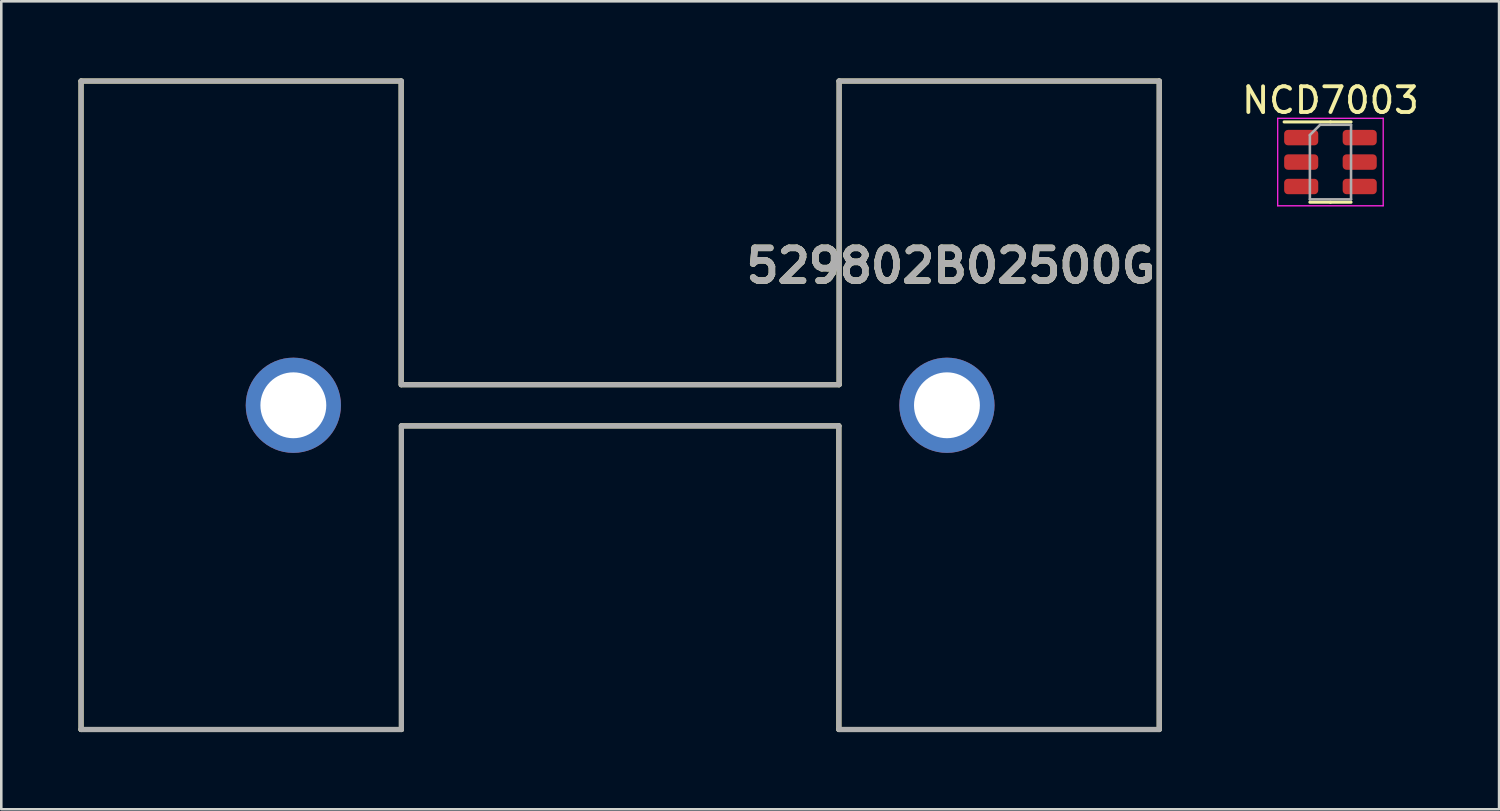
<source format=kicad_pcb>
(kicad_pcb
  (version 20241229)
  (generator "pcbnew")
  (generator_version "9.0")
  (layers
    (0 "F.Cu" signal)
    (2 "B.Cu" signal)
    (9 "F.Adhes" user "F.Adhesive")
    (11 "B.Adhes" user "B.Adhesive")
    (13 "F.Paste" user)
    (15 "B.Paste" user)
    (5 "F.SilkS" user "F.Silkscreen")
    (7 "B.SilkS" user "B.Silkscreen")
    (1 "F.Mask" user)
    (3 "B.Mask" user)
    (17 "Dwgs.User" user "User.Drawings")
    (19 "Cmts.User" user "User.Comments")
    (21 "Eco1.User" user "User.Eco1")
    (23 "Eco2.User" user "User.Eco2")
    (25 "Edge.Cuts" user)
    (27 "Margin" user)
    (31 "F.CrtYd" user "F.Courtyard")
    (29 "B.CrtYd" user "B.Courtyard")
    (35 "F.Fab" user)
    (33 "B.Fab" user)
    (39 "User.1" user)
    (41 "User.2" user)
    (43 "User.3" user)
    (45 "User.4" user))
  (footprint "529802B02500G"
    (layer "F.Cu")
    (at 21.05 12.7)
    (property "Reference" "529802B02500G" (at 12.852 -5.421 0) (layer "F.SilkS") (effects (font (size 1.27 1.27) (thickness 0.254))))
    (attr through_hole)
    (fp_line (start -20.95 -12.6) (end -20.95 12.6) (stroke (width 0.2) (type solid)) (layer "F.SilkS"))
    (fp_line (start -20.95 12.6) (end -8.5 12.6) (stroke (width 0.2) (type solid)) (layer "F.SilkS"))
    (fp_line (start -8.51 -12.6) (end -20.95 -12.6) (stroke (width 0.2) (type solid)) (layer "F.SilkS"))
    (fp_line (start -8.51 -0.8) (end -8.51 -12.6) (stroke (width 0.2) (type solid)) (layer "F.SilkS"))
    (fp_line (start -8.5 0.8) (end 8.5 0.8) (stroke (width 0.2) (type solid)) (layer "F.SilkS"))
    (fp_line (start -8.5 12.6) (end -8.5 0.8) (stroke (width 0.2) (type solid)) (layer "F.SilkS"))
    (fp_line (start 8.5 12.6) (end 8.5 0.8) (stroke (width 0.2) (type solid)) (layer "F.SilkS"))
    (fp_line (start 8.5 12.6) (end 20.95 12.6) (stroke (width 0.2) (type solid)) (layer "F.SilkS"))
    (fp_line (start 8.51 -12.6) (end 8.51 -0.8) (stroke (width 0.2) (type solid)) (layer "F.SilkS"))
    (fp_line (start 8.51 -0.8) (end -8.5 -0.8) (stroke (width 0.2) (type solid)) (layer "F.SilkS"))
    (fp_line (start 20.95 -12.6) (end 8.51 -12.6) (stroke (width 0.2) (type solid)) (layer "F.SilkS"))
    (fp_line (start 20.95 12.6) (end 20.95 -12.6) (stroke (width 0.2) (type solid)) (layer "F.SilkS"))
    (fp_line (start -20.95 -12.6) (end -8.5 -12.6) (stroke (width 0.2) (type solid)) (layer "F.Fab"))
    (fp_line (start -20.95 12.6) (end -20.95 -12.6) (stroke (width 0.2) (type solid)) (layer "F.Fab"))
    (fp_line (start -8.51 -0.8) (end -8.51 -12.6) (stroke (width 0.2) (type solid)) (layer "F.Fab"))
    (fp_line (start -8.5 -0.8) (end 8.5 -0.8) (stroke (width 0.2) (type solid)) (layer "F.Fab"))
    (fp_line (start -8.5 0.8) (end -8.5 12.6) (stroke (width 0.2) (type solid)) (layer "F.Fab"))
    (fp_line (start -8.5 0.8) (end 8.5 0.8) (stroke (width 0.2) (type solid)) (layer "F.Fab"))
    (fp_line (start -8.5 12.6) (end -20.95 12.6) (stroke (width 0.2) (type solid)) (layer "F.Fab"))
    (fp_line (start 8.5 0.8) (end 8.5 12.6) (stroke (width 0.2) (type solid)) (layer "F.Fab"))
    (fp_line (start 8.5 12.6) (end 20.95 12.6) (stroke (width 0.2) (type solid)) (layer "F.Fab"))
    (fp_line (start 8.51 -12.6) (end 8.51 -0.8) (stroke (width 0.2) (type solid)) (layer "F.Fab"))
    (fp_line (start 20.95 -12.6) (end 8.5 -12.6) (stroke (width 0.2) (type solid)) (layer "F.Fab"))
    (fp_line (start 20.95 12.6) (end 20.95 -12.6) (stroke (width 0.2) (type solid)) (layer "F.Fab"))
    (fp_text user "${REFERENCE}" (at 12.852 -5.421 0) (layer "F.Fab") (effects (font (size 1.27 1.27) (thickness 0.254))))
    (pad "1" thru_hole circle (at -12.7 0) (size 3.7 3.7) (drill 2.56) (layers "*.Cu" "*.Mask"))
    (pad "2" thru_hole circle (at 12.7 0) (size 3.7 3.7) (drill 2.56) (layers "*.Cu" "*.Mask")))
  (footprint "NCD7003"
    (layer "F.Cu")
    (at 48.654 3.248)
    (property "Reference" "NCD7003" (at 0 -2.4 180) (layer "F.SilkS") (effects (font (size 1 1) (thickness 0.15))))
    (attr smd)
    (fp_line (start 0 -1.56) (end -1.8 -1.56) (stroke (width 0.12) (type solid)) (layer "F.SilkS"))
    (fp_line (start 0 -1.56) (end 0.8 -1.56) (stroke (width 0.12) (type solid)) (layer "F.SilkS"))
    (fp_line (start 0 1.56) (end -0.8 1.56) (stroke (width 0.12) (type solid)) (layer "F.SilkS"))
    (fp_line (start 0 1.56) (end 0.8 1.56) (stroke (width 0.12) (type solid)) (layer "F.SilkS"))
    (fp_line (start -2.05 -1.7) (end -2.05 1.7) (stroke (width 0.05) (type solid)) (layer "F.CrtYd"))
    (fp_line (start -2.05 1.7) (end 2.05 1.7) (stroke (width 0.05) (type solid)) (layer "F.CrtYd"))
    (fp_line (start 2.05 -1.7) (end -2.05 -1.7) (stroke (width 0.05) (type solid)) (layer "F.CrtYd"))
    (fp_line (start 2.05 1.7) (end 2.05 -1.7) (stroke (width 0.05) (type solid)) (layer "F.CrtYd"))
    (fp_line (start -0.8 -1.05) (end -0.4 -1.45) (stroke (width 0.1) (type solid)) (layer "F.Fab"))
    (fp_line (start -0.8 1.45) (end -0.8 -1.05) (stroke (width 0.1) (type solid)) (layer "F.Fab"))
    (fp_line (start -0.4 -1.45) (end 0.8 -1.45) (stroke (width 0.1) (type solid)) (layer "F.Fab"))
    (fp_line (start 0.8 -1.45) (end 0.8 1.45) (stroke (width 0.1) (type solid)) (layer "F.Fab"))
    (fp_line (start 0.8 1.45) (end -0.8 1.45) (stroke (width 0.1) (type solid)) (layer "F.Fab"))
    (pad "1" smd roundrect (at -1.137 -0.95) (size 1.325 0.6) (layers "F.Cu" "F.Mask" "F.Paste") (roundrect_rratio 0.25))
    (pad "2" smd roundrect (at -1.137 0) (size 1.325 0.6) (layers "F.Cu" "F.Mask" "F.Paste") (roundrect_rratio 0.25))
    (pad "3" smd roundrect (at -1.137 0.95) (size 1.325 0.6) (layers "F.Cu" "F.Mask" "F.Paste") (roundrect_rratio 0.25))
    (pad "4" smd roundrect (at 1.137 0.95) (size 1.325 0.6) (layers "F.Cu" "F.Mask" "F.Paste") (roundrect_rratio 0.25))
    (pad "5" smd roundrect (at 1.137 0) (size 1.325 0.6) (layers "F.Cu" "F.Mask" "F.Paste") (roundrect_rratio 0.25))
    (pad "6" smd roundrect (at 1.137 -0.95) (size 1.325 0.6) (layers "F.Cu" "F.Mask" "F.Paste") (roundrect_rratio 0.25)))
  (gr_rect
    (start -3 -3)
    (end 55.207 28.4)
    (stroke (width 0.1) (type default))
    (fill no)
    (layer "Edge.Cuts")))
</source>
